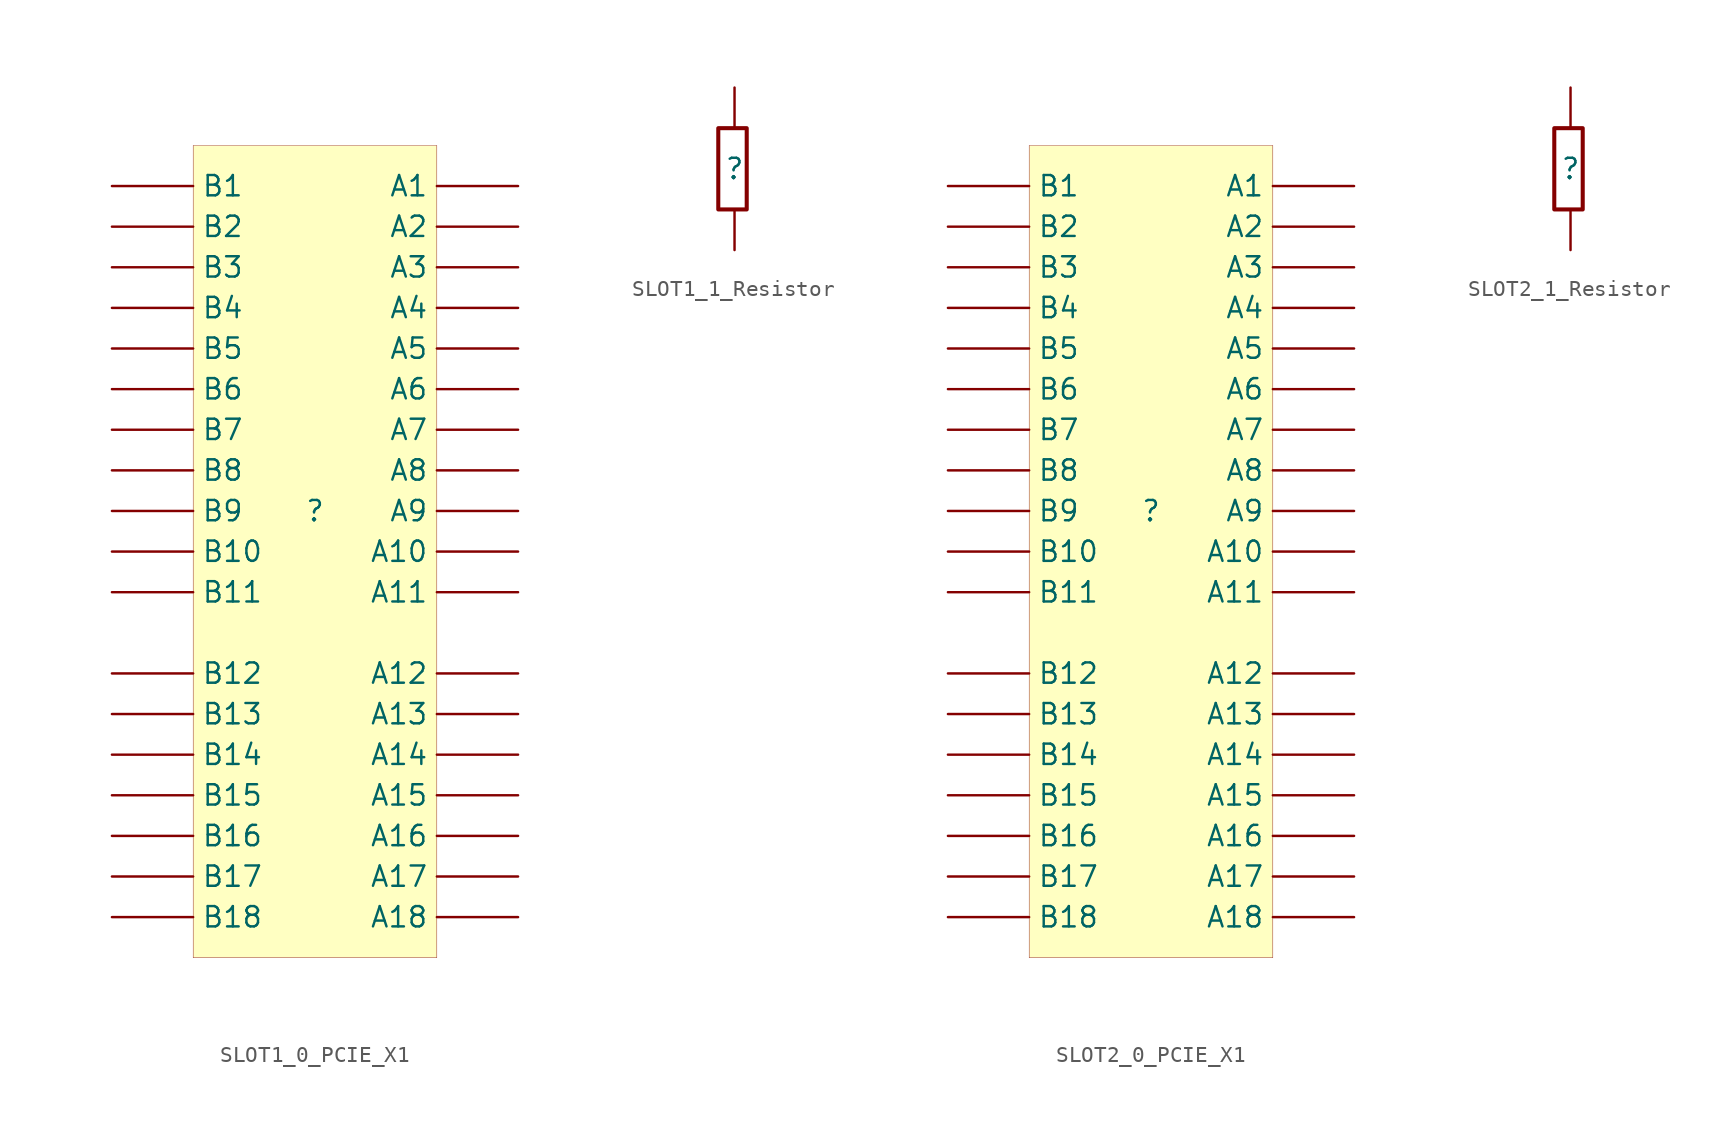
<source format=kicad_sym>
(kicad_symbol_lib
  (version 20231120)
  (generator "kicad_symbol_editor")
  (generator_version "8.0")
  (symbol "SLOT1_0_PCIE_X1"
    (property "Reference" ""
      (at 0 0 0)
      (effects (font (size 1.27 1.27))))
    (property "Value" ""
      (at 0 0 0)
      (effects (font (size 1.27 1.27))))
    (symbol "SLOT1_0_PCIE_X1_1_0"
      (rectangle (start 7.62 22.86) (end -7.62 -27.94) (stroke (width 0.025) (type solid) (color 128 0 0 1)) (fill (type background)))
      (pin passive line (at 12.7 20.32 180) (length 5.08) (name "A1" (effects (font (size 1.27 1.27)))) (number "A1" (effects (font (size 0 0)))))
      (pin passive line (at 12.7 -2.54 180) (length 5.08) (name "A10" (effects (font (size 1.27 1.27)))) (number "A10" (effects (font (size 0 0)))))
      (pin passive line (at 12.7 -5.08 180) (length 5.08) (name "A11" (effects (font (size 1.27 1.27)))) (number "A11" (effects (font (size 0 0)))))
      (pin passive line (at 12.7 -10.16 180) (length 5.08) (name "A12" (effects (font (size 1.27 1.27)))) (number "A12" (effects (font (size 0 0)))))
      (pin passive line (at 12.7 -12.7 180) (length 5.08) (name "A13" (effects (font (size 1.27 1.27)))) (number "A13" (effects (font (size 0 0)))))
      (pin passive line (at 12.7 -15.24 180) (length 5.08) (name "A14" (effects (font (size 1.27 1.27)))) (number "A14" (effects (font (size 0 0)))))
      (pin passive line (at 12.7 -17.78 180) (length 5.08) (name "A15" (effects (font (size 1.27 1.27)))) (number "A15" (effects (font (size 0 0)))))
      (pin passive line (at 12.7 -20.32 180) (length 5.08) (name "A16" (effects (font (size 1.27 1.27)))) (number "A16" (effects (font (size 0 0)))))
      (pin passive line (at 12.7 -22.86 180) (length 5.08) (name "A17" (effects (font (size 1.27 1.27)))) (number "A17" (effects (font (size 0 0)))))
      (pin passive line (at 12.7 -25.4 180) (length 5.08) (name "A18" (effects (font (size 1.27 1.27)))) (number "A18" (effects (font (size 0 0)))))
      (pin passive line (at 12.7 17.78 180) (length 5.08) (name "A2" (effects (font (size 1.27 1.27)))) (number "A2" (effects (font (size 0 0)))))
      (pin passive line (at 12.7 15.24 180) (length 5.08) (name "A3" (effects (font (size 1.27 1.27)))) (number "A3" (effects (font (size 0 0)))))
      (pin passive line (at 12.7 12.7 180) (length 5.08) (name "A4" (effects (font (size 1.27 1.27)))) (number "A4" (effects (font (size 0 0)))))
      (pin passive line (at 12.7 10.16 180) (length 5.08) (name "A5" (effects (font (size 1.27 1.27)))) (number "A5" (effects (font (size 0 0)))))
      (pin passive line (at 12.7 7.62 180) (length 5.08) (name "A6" (effects (font (size 1.27 1.27)))) (number "A6" (effects (font (size 0 0)))))
      (pin passive line (at 12.7 5.08 180) (length 5.08) (name "A7" (effects (font (size 1.27 1.27)))) (number "A7" (effects (font (size 0 0)))))
      (pin passive line (at 12.7 2.54 180) (length 5.08) (name "A8" (effects (font (size 1.27 1.27)))) (number "A8" (effects (font (size 0 0)))))
      (pin passive line (at 12.7 0 180) (length 5.08) (name "A9" (effects (font (size 1.27 1.27)))) (number "A9" (effects (font (size 0 0)))))
      (pin passive line (at -12.7 20.32 0) (length 5.08) (name "B1" (effects (font (size 1.27 1.27)))) (number "B1" (effects (font (size 0 0)))))
      (pin passive line (at -12.7 -2.54 0) (length 5.08) (name "B10" (effects (font (size 1.27 1.27)))) (number "B10" (effects (font (size 0 0)))))
      (pin passive line (at -12.7 -5.08 0) (length 5.08) (name "B11" (effects (font (size 1.27 1.27)))) (number "B11" (effects (font (size 0 0)))))
      (pin passive line (at -12.7 -10.16 0) (length 5.08) (name "B12" (effects (font (size 1.27 1.27)))) (number "B12" (effects (font (size 0 0)))))
      (pin passive line (at -12.7 -12.7 0) (length 5.08) (name "B13" (effects (font (size 1.27 1.27)))) (number "B13" (effects (font (size 0 0)))))
      (pin passive line (at -12.7 -15.24 0) (length 5.08) (name "B14" (effects (font (size 1.27 1.27)))) (number "B14" (effects (font (size 0 0)))))
      (pin passive line (at -12.7 -17.78 0) (length 5.08) (name "B15" (effects (font (size 1.27 1.27)))) (number "B15" (effects (font (size 0 0)))))
      (pin passive line (at -12.7 -20.32 0) (length 5.08) (name "B16" (effects (font (size 1.27 1.27)))) (number "B16" (effects (font (size 0 0)))))
      (pin passive line (at -12.7 -22.86 0) (length 5.08) (name "B17" (effects (font (size 1.27 1.27)))) (number "B17" (effects (font (size 0 0)))))
      (pin passive line (at -12.7 -25.4 0) (length 5.08) (name "B18" (effects (font (size 1.27 1.27)))) (number "B18" (effects (font (size 0 0)))))
      (pin passive line (at -12.7 17.78 0) (length 5.08) (name "B2" (effects (font (size 1.27 1.27)))) (number "B2" (effects (font (size 0 0)))))
      (pin passive line (at -12.7 15.24 0) (length 5.08) (name "B3" (effects (font (size 1.27 1.27)))) (number "B3" (effects (font (size 0 0)))))
      (pin passive line (at -12.7 12.7 0) (length 5.08) (name "B4" (effects (font (size 1.27 1.27)))) (number "B4" (effects (font (size 0 0)))))
      (pin passive line (at -12.7 10.16 0) (length 5.08) (name "B5" (effects (font (size 1.27 1.27)))) (number "B5" (effects (font (size 0 0)))))
      (pin passive line (at -12.7 7.62 0) (length 5.08) (name "B6" (effects (font (size 1.27 1.27)))) (number "B6" (effects (font (size 0 0)))))
      (pin passive line (at -12.7 5.08 0) (length 5.08) (name "B7" (effects (font (size 1.27 1.27)))) (number "B7" (effects (font (size 0 0)))))
      (pin passive line (at -12.7 2.54 0) (length 5.08) (name "B8" (effects (font (size 1.27 1.27)))) (number "B8" (effects (font (size 0 0)))))
      (pin passive line (at -12.7 0 0) (length 5.08) (name "B9" (effects (font (size 1.27 1.27)))) (number "B9" (effects (font (size 0 0)))))))
  (symbol "SLOT1_1_Resistor"
    (property "Reference" ""
      (at 0 0 0)
      (effects (font (size 1.27 1.27))))
    (property "Value" ""
      (at 0 0 0)
      (effects (font (size 1.27 1.27))))
    (symbol "SLOT1_1_Resistor_1_0"
      (polyline (pts (xy 0.762 -2.54) (xy -1.016 -2.54) (xy -1.016 2.54) (xy 0.762 2.54) (xy 0.762 -2.54)) (stroke (width 0.254) (type solid)) (fill (type none)))
      (pin passive line (at 0 -5.08 90) (length 2.54) (name "1" (effects (font (size 0 0)))) (number "1" (effects (font (size 0 0)))))
      (pin passive line (at 0 5.08 270) (length 2.54) (name "2" (effects (font (size 0 0)))) (number "2" (effects (font (size 0 0)))))))
  (symbol "SLOT2_0_PCIE_X1"
    (property "Reference" ""
      (at 0 0 0)
      (effects (font (size 1.27 1.27))))
    (property "Value" ""
      (at 0 0 0)
      (effects (font (size 1.27 1.27))))
    (symbol "SLOT2_0_PCIE_X1_1_0"
      (rectangle (start 7.62 22.86) (end -7.62 -27.94) (stroke (width 0.025) (type solid) (color 128 0 0 1)) (fill (type background)))
      (pin passive line (at 12.7 20.32 180) (length 5.08) (name "A1" (effects (font (size 1.27 1.27)))) (number "A1" (effects (font (size 0 0)))))
      (pin passive line (at 12.7 -2.54 180) (length 5.08) (name "A10" (effects (font (size 1.27 1.27)))) (number "A10" (effects (font (size 0 0)))))
      (pin passive line (at 12.7 -5.08 180) (length 5.08) (name "A11" (effects (font (size 1.27 1.27)))) (number "A11" (effects (font (size 0 0)))))
      (pin passive line (at 12.7 -10.16 180) (length 5.08) (name "A12" (effects (font (size 1.27 1.27)))) (number "A12" (effects (font (size 0 0)))))
      (pin passive line (at 12.7 -12.7 180) (length 5.08) (name "A13" (effects (font (size 1.27 1.27)))) (number "A13" (effects (font (size 0 0)))))
      (pin passive line (at 12.7 -15.24 180) (length 5.08) (name "A14" (effects (font (size 1.27 1.27)))) (number "A14" (effects (font (size 0 0)))))
      (pin passive line (at 12.7 -17.78 180) (length 5.08) (name "A15" (effects (font (size 1.27 1.27)))) (number "A15" (effects (font (size 0 0)))))
      (pin passive line (at 12.7 -20.32 180) (length 5.08) (name "A16" (effects (font (size 1.27 1.27)))) (number "A16" (effects (font (size 0 0)))))
      (pin passive line (at 12.7 -22.86 180) (length 5.08) (name "A17" (effects (font (size 1.27 1.27)))) (number "A17" (effects (font (size 0 0)))))
      (pin passive line (at 12.7 -25.4 180) (length 5.08) (name "A18" (effects (font (size 1.27 1.27)))) (number "A18" (effects (font (size 0 0)))))
      (pin passive line (at 12.7 17.78 180) (length 5.08) (name "A2" (effects (font (size 1.27 1.27)))) (number "A2" (effects (font (size 0 0)))))
      (pin passive line (at 12.7 15.24 180) (length 5.08) (name "A3" (effects (font (size 1.27 1.27)))) (number "A3" (effects (font (size 0 0)))))
      (pin passive line (at 12.7 12.7 180) (length 5.08) (name "A4" (effects (font (size 1.27 1.27)))) (number "A4" (effects (font (size 0 0)))))
      (pin passive line (at 12.7 10.16 180) (length 5.08) (name "A5" (effects (font (size 1.27 1.27)))) (number "A5" (effects (font (size 0 0)))))
      (pin passive line (at 12.7 7.62 180) (length 5.08) (name "A6" (effects (font (size 1.27 1.27)))) (number "A6" (effects (font (size 0 0)))))
      (pin passive line (at 12.7 5.08 180) (length 5.08) (name "A7" (effects (font (size 1.27 1.27)))) (number "A7" (effects (font (size 0 0)))))
      (pin passive line (at 12.7 2.54 180) (length 5.08) (name "A8" (effects (font (size 1.27 1.27)))) (number "A8" (effects (font (size 0 0)))))
      (pin passive line (at 12.7 0 180) (length 5.08) (name "A9" (effects (font (size 1.27 1.27)))) (number "A9" (effects (font (size 0 0)))))
      (pin passive line (at -12.7 20.32 0) (length 5.08) (name "B1" (effects (font (size 1.27 1.27)))) (number "B1" (effects (font (size 0 0)))))
      (pin passive line (at -12.7 -2.54 0) (length 5.08) (name "B10" (effects (font (size 1.27 1.27)))) (number "B10" (effects (font (size 0 0)))))
      (pin passive line (at -12.7 -5.08 0) (length 5.08) (name "B11" (effects (font (size 1.27 1.27)))) (number "B11" (effects (font (size 0 0)))))
      (pin passive line (at -12.7 -10.16 0) (length 5.08) (name "B12" (effects (font (size 1.27 1.27)))) (number "B12" (effects (font (size 0 0)))))
      (pin passive line (at -12.7 -12.7 0) (length 5.08) (name "B13" (effects (font (size 1.27 1.27)))) (number "B13" (effects (font (size 0 0)))))
      (pin passive line (at -12.7 -15.24 0) (length 5.08) (name "B14" (effects (font (size 1.27 1.27)))) (number "B14" (effects (font (size 0 0)))))
      (pin passive line (at -12.7 -17.78 0) (length 5.08) (name "B15" (effects (font (size 1.27 1.27)))) (number "B15" (effects (font (size 0 0)))))
      (pin passive line (at -12.7 -20.32 0) (length 5.08) (name "B16" (effects (font (size 1.27 1.27)))) (number "B16" (effects (font (size 0 0)))))
      (pin passive line (at -12.7 -22.86 0) (length 5.08) (name "B17" (effects (font (size 1.27 1.27)))) (number "B17" (effects (font (size 0 0)))))
      (pin passive line (at -12.7 -25.4 0) (length 5.08) (name "B18" (effects (font (size 1.27 1.27)))) (number "B18" (effects (font (size 0 0)))))
      (pin passive line (at -12.7 17.78 0) (length 5.08) (name "B2" (effects (font (size 1.27 1.27)))) (number "B2" (effects (font (size 0 0)))))
      (pin passive line (at -12.7 15.24 0) (length 5.08) (name "B3" (effects (font (size 1.27 1.27)))) (number "B3" (effects (font (size 0 0)))))
      (pin passive line (at -12.7 12.7 0) (length 5.08) (name "B4" (effects (font (size 1.27 1.27)))) (number "B4" (effects (font (size 0 0)))))
      (pin passive line (at -12.7 10.16 0) (length 5.08) (name "B5" (effects (font (size 1.27 1.27)))) (number "B5" (effects (font (size 0 0)))))
      (pin passive line (at -12.7 7.62 0) (length 5.08) (name "B6" (effects (font (size 1.27 1.27)))) (number "B6" (effects (font (size 0 0)))))
      (pin passive line (at -12.7 5.08 0) (length 5.08) (name "B7" (effects (font (size 1.27 1.27)))) (number "B7" (effects (font (size 0 0)))))
      (pin passive line (at -12.7 2.54 0) (length 5.08) (name "B8" (effects (font (size 1.27 1.27)))) (number "B8" (effects (font (size 0 0)))))
      (pin passive line (at -12.7 0 0) (length 5.08) (name "B9" (effects (font (size 1.27 1.27)))) (number "B9" (effects (font (size 0 0)))))))
  (symbol "SLOT2_1_Resistor"
    (property "Reference" ""
      (at 0 0 0)
      (effects (font (size 1.27 1.27))))
    (property "Value" ""
      (at 0 0 0)
      (effects (font (size 1.27 1.27))))
    (symbol "SLOT2_1_Resistor_1_0"
      (polyline (pts (xy 0.762 -2.54) (xy -1.016 -2.54) (xy -1.016 2.54) (xy 0.762 2.54) (xy 0.762 -2.54)) (stroke (width 0.254) (type solid)) (fill (type none)))
      (pin passive line (at 0 -5.08 90) (length 2.54) (name "1" (effects (font (size 0 0)))) (number "1" (effects (font (size 0 0)))))
      (pin passive line (at 0 5.08 270) (length 2.54) (name "2" (effects (font (size 0 0)))) (number "2" (effects (font (size 0 0))))))))
</source>
